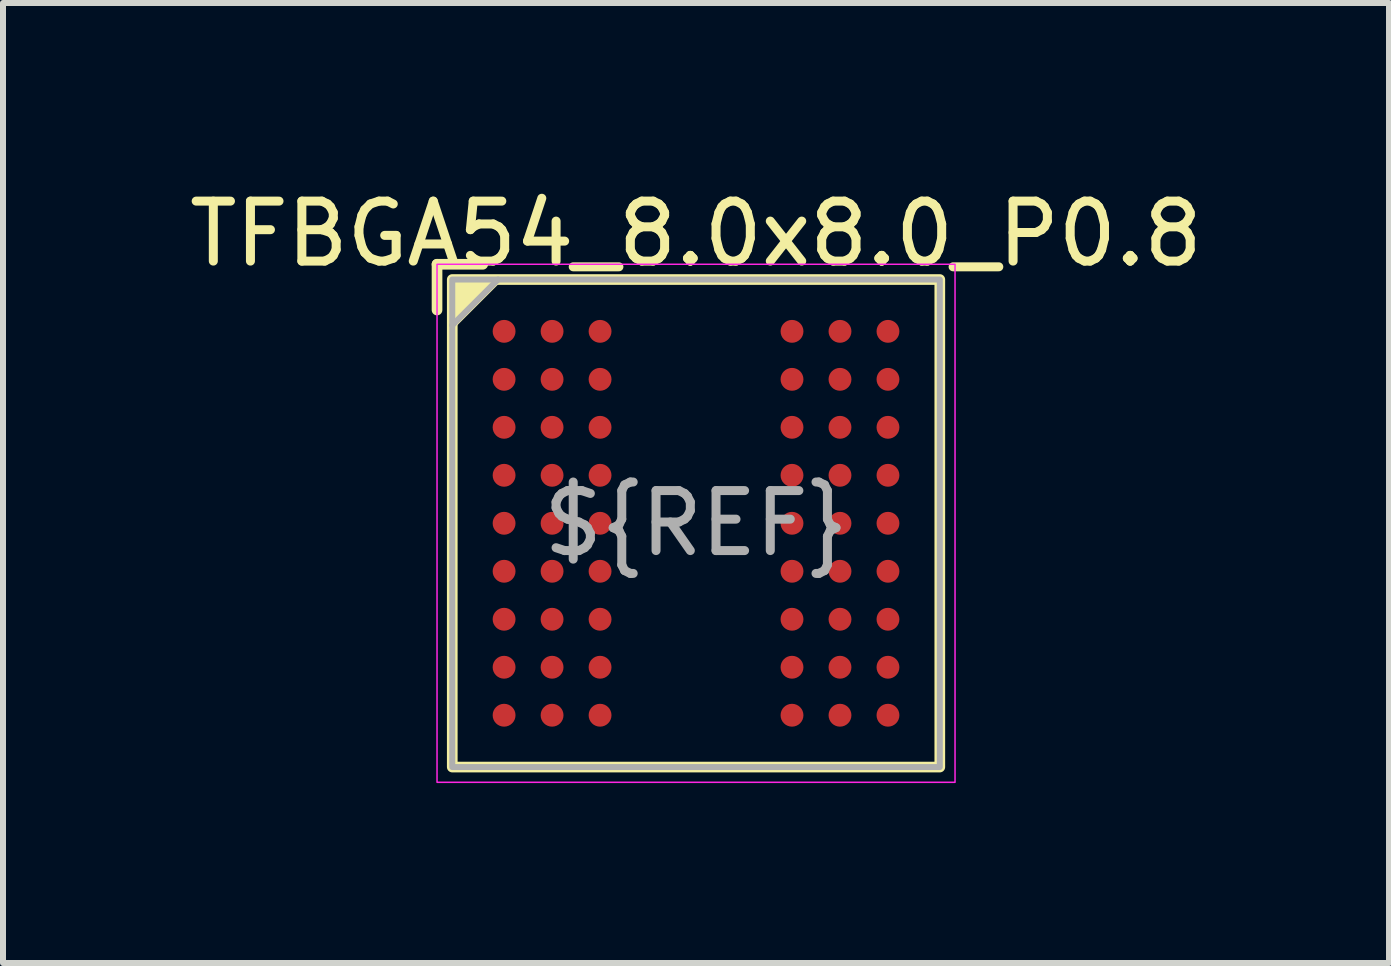
<source format=kicad_pcb>
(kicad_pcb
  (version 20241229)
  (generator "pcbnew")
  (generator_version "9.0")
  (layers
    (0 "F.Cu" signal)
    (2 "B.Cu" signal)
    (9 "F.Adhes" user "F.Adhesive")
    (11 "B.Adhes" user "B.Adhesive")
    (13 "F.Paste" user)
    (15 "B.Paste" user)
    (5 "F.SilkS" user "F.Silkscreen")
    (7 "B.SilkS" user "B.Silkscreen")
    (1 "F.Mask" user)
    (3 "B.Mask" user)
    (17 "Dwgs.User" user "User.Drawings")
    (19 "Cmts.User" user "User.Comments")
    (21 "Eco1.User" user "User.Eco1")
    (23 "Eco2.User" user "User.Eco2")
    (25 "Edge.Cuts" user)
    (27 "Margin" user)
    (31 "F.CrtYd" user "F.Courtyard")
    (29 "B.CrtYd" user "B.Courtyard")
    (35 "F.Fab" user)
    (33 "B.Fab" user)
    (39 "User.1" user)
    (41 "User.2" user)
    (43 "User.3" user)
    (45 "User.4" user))
  (footprint "TFBGA54_8.0x8.0_P0.8"
    (layer "F.Cu")
    (at 8.554 5.674)
    (property "Reference" "TFBGA54_8.0x8.0_P0.8" (at 0 -4.826 0) (unlocked yes) (layer "F.SilkS") (effects (font (size 1 1) (thickness 0.15))))
    (attr smd)
    (fp_line (start -4.318 -4.318) (end -3.556 -4.318) (stroke (width 0.178) (type solid)) (layer "F.SilkS"))
    (fp_line (start -4.318 -3.556) (end -4.318 -4.318) (stroke (width 0.178) (type solid)) (layer "F.SilkS"))
    (fp_rect (start -4.064 -4.064) (end 4.064 4.064) (stroke (width 0.178) (type solid)) (fill no) (layer "F.SilkS"))
    (fp_poly (pts (xy -4.064 -3.302) (xy -4.064 -4.064) (xy -3.302 -4.064)) (stroke (width 0.12) (type solid)) (fill yes) (layer "F.SilkS"))
    (fp_rect (start -4.318 -4.318) (end 4.318 4.318) (stroke (width 0.025) (type solid)) (fill no) (layer "F.CrtYd"))
    (fp_line (start -4.064 -3.302) (end -3.302 -4.064) (stroke (width 0.1) (type solid)) (layer "F.Fab"))
    (fp_rect (start -4.064 -4.064) (end 4.064 4.064) (stroke (width 0.1) (type solid)) (fill no) (layer "F.Fab"))
    (fp_text user "${REF}" (at 0 0 0) (unlocked yes) (layer "F.Fab") (effects (font (size 1 1) (thickness 0.15))))
    (pad "A1" smd circle (at -3.2 -3.2) (size 0.381 0.381) (layers "F.Cu" "F.Mask" "F.Paste"))
    (pad "A2" smd circle (at -2.4 -3.2) (size 0.381 0.381) (layers "F.Cu" "F.Mask" "F.Paste"))
    (pad "A3" smd circle (at -1.6 -3.2) (size 0.381 0.381) (layers "F.Cu" "F.Mask" "F.Paste"))
    (pad "A7" smd circle (at 1.6 -3.2) (size 0.381 0.381) (layers "F.Cu" "F.Mask" "F.Paste"))
    (pad "A8" smd circle (at 2.4 -3.2) (size 0.381 0.381) (layers "F.Cu" "F.Mask" "F.Paste"))
    (pad "A9" smd circle (at 3.2 -3.2) (size 0.381 0.381) (layers "F.Cu" "F.Mask" "F.Paste"))
    (pad "B1" smd circle (at -3.2 -2.4) (size 0.381 0.381) (layers "F.Cu" "F.Mask" "F.Paste"))
    (pad "B2" smd circle (at -2.4 -2.4) (size 0.381 0.381) (layers "F.Cu" "F.Mask" "F.Paste"))
    (pad "B3" smd circle (at -1.6 -2.4) (size 0.381 0.381) (layers "F.Cu" "F.Mask" "F.Paste"))
    (pad "B7" smd circle (at 1.6 -2.4) (size 0.381 0.381) (layers "F.Cu" "F.Mask" "F.Paste"))
    (pad "B8" smd circle (at 2.4 -2.4) (size 0.381 0.381) (layers "F.Cu" "F.Mask" "F.Paste"))
    (pad "B9" smd circle (at 3.2 -2.4) (size 0.381 0.381) (layers "F.Cu" "F.Mask" "F.Paste"))
    (pad "C1" smd circle (at -3.2 -1.6) (size 0.381 0.381) (layers "F.Cu" "F.Mask" "F.Paste"))
    (pad "C2" smd circle (at -2.4 -1.6) (size 0.381 0.381) (layers "F.Cu" "F.Mask" "F.Paste"))
    (pad "C3" smd circle (at -1.6 -1.6) (size 0.381 0.381) (layers "F.Cu" "F.Mask" "F.Paste"))
    (pad "C7" smd circle (at 1.6 -1.6) (size 0.381 0.381) (layers "F.Cu" "F.Mask" "F.Paste"))
    (pad "C8" smd circle (at 2.4 -1.6) (size 0.381 0.381) (layers "F.Cu" "F.Mask" "F.Paste"))
    (pad "C9" smd circle (at 3.2 -1.6) (size 0.381 0.381) (layers "F.Cu" "F.Mask" "F.Paste"))
    (pad "D1" smd circle (at -3.2 -0.8) (size 0.381 0.381) (layers "F.Cu" "F.Mask" "F.Paste"))
    (pad "D2" smd circle (at -2.4 -0.8) (size 0.381 0.381) (layers "F.Cu" "F.Mask" "F.Paste"))
    (pad "D3" smd circle (at -1.6 -0.8) (size 0.381 0.381) (layers "F.Cu" "F.Mask" "F.Paste"))
    (pad "D7" smd circle (at 1.6 -0.8) (size 0.381 0.381) (layers "F.Cu" "F.Mask" "F.Paste"))
    (pad "D8" smd circle (at 2.4 -0.8) (size 0.381 0.381) (layers "F.Cu" "F.Mask" "F.Paste"))
    (pad "D9" smd circle (at 3.2 -0.8) (size 0.381 0.381) (layers "F.Cu" "F.Mask" "F.Paste"))
    (pad "E1" smd circle (at -3.2 0) (size 0.381 0.381) (layers "F.Cu" "F.Mask" "F.Paste"))
    (pad "E2" smd circle (at -2.4 0) (size 0.381 0.381) (layers "F.Cu" "F.Mask" "F.Paste"))
    (pad "E3" smd circle (at -1.6 0) (size 0.381 0.381) (layers "F.Cu" "F.Mask" "F.Paste"))
    (pad "E7" smd circle (at 1.6 0) (size 0.381 0.381) (layers "F.Cu" "F.Mask" "F.Paste"))
    (pad "E8" smd circle (at 2.4 0) (size 0.381 0.381) (layers "F.Cu" "F.Mask" "F.Paste"))
    (pad "E9" smd circle (at 3.2 0) (size 0.381 0.381) (layers "F.Cu" "F.Mask" "F.Paste"))
    (pad "F1" smd circle (at -3.2 0.8) (size 0.381 0.381) (layers "F.Cu" "F.Mask" "F.Paste"))
    (pad "F2" smd circle (at -2.4 0.8) (size 0.381 0.381) (layers "F.Cu" "F.Mask" "F.Paste"))
    (pad "F3" smd circle (at -1.6 0.8) (size 0.381 0.381) (layers "F.Cu" "F.Mask" "F.Paste"))
    (pad "F7" smd circle (at 1.6 0.8) (size 0.381 0.381) (layers "F.Cu" "F.Mask" "F.Paste"))
    (pad "F8" smd circle (at 2.4 0.8) (size 0.381 0.381) (layers "F.Cu" "F.Mask" "F.Paste"))
    (pad "F9" smd circle (at 3.2 0.8) (size 0.381 0.381) (layers "F.Cu" "F.Mask" "F.Paste"))
    (pad "G1" smd circle (at -3.2 1.6) (size 0.381 0.381) (layers "F.Cu" "F.Mask" "F.Paste"))
    (pad "G2" smd circle (at -2.4 1.6) (size 0.381 0.381) (layers "F.Cu" "F.Mask" "F.Paste"))
    (pad "G3" smd circle (at -1.6 1.6) (size 0.381 0.381) (layers "F.Cu" "F.Mask" "F.Paste"))
    (pad "G7" smd circle (at 1.6 1.6) (size 0.381 0.381) (layers "F.Cu" "F.Mask" "F.Paste"))
    (pad "G8" smd circle (at 2.4 1.6) (size 0.381 0.381) (layers "F.Cu" "F.Mask" "F.Paste"))
    (pad "G9" smd circle (at 3.2 1.6) (size 0.381 0.381) (layers "F.Cu" "F.Mask" "F.Paste"))
    (pad "H1" smd circle (at -3.2 2.4) (size 0.381 0.381) (layers "F.Cu" "F.Mask" "F.Paste"))
    (pad "H2" smd circle (at -2.4 2.4) (size 0.381 0.381) (layers "F.Cu" "F.Mask" "F.Paste"))
    (pad "H3" smd circle (at -1.6 2.4) (size 0.381 0.381) (layers "F.Cu" "F.Mask" "F.Paste"))
    (pad "H7" smd circle (at 1.6 2.4) (size 0.381 0.381) (layers "F.Cu" "F.Mask" "F.Paste"))
    (pad "H8" smd circle (at 2.4 2.4) (size 0.381 0.381) (layers "F.Cu" "F.Mask" "F.Paste"))
    (pad "H9" smd circle (at 3.2 2.4) (size 0.381 0.381) (layers "F.Cu" "F.Mask" "F.Paste"))
    (pad "J1" smd circle (at -3.2 3.2) (size 0.381 0.381) (layers "F.Cu" "F.Mask" "F.Paste"))
    (pad "J2" smd circle (at -2.4 3.2) (size 0.381 0.381) (layers "F.Cu" "F.Mask" "F.Paste"))
    (pad "J3" smd circle (at -1.6 3.2) (size 0.381 0.381) (layers "F.Cu" "F.Mask" "F.Paste"))
    (pad "J7" smd circle (at 1.6 3.2) (size 0.381 0.381) (layers "F.Cu" "F.Mask" "F.Paste"))
    (pad "J8" smd circle (at 2.4 3.2) (size 0.381 0.381) (layers "F.Cu" "F.Mask" "F.Paste"))
    (pad "J9" smd circle (at 3.2 3.2) (size 0.381 0.381) (layers "F.Cu" "F.Mask" "F.Paste")))
  (gr_rect
    (start -3 -3)
    (end 20.107 13.005)
    (stroke (width 0.1) (type default))
    (fill no)
    (layer "Edge.Cuts")))
</source>
